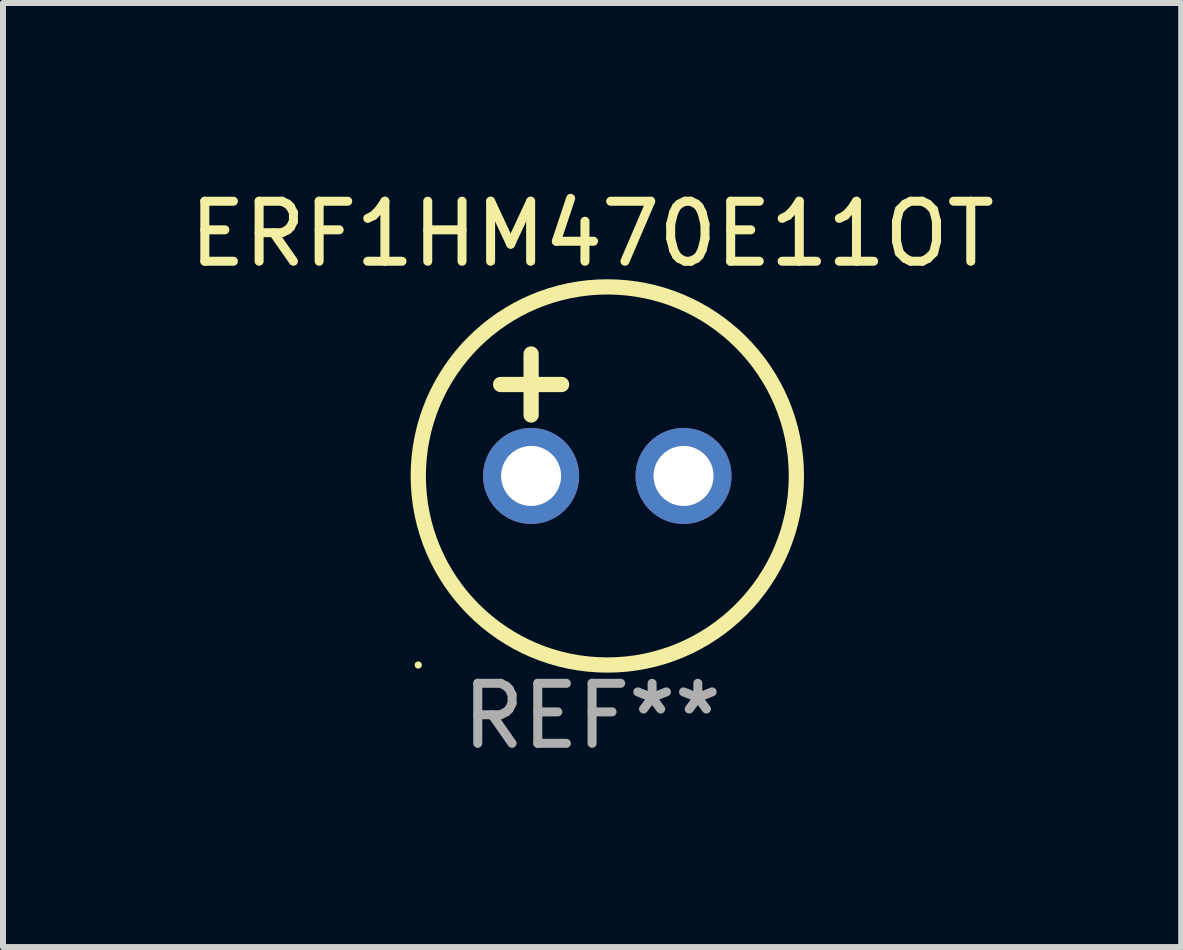
<source format=kicad_pcb>
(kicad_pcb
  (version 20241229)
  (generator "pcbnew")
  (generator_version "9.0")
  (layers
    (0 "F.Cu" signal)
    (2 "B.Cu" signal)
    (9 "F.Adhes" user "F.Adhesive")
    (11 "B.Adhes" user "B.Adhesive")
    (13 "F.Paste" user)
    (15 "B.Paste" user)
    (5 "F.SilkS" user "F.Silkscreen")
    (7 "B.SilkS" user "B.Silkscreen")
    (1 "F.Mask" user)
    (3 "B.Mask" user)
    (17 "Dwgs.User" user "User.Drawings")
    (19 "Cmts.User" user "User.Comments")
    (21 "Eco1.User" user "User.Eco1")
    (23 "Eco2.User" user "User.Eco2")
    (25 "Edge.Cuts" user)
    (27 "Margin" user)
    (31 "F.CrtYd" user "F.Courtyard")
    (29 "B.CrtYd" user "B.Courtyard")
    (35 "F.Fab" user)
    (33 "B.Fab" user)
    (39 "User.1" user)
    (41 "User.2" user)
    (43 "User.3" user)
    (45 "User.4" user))
  (footprint "ERF1HM470E11OT"
    (layer "F.Cu")
    (at 6.815 3.864)
    (property "Reference" "ERF1HM470E11OT" (at 0 -3.016 0) (layer "F.SilkS") (effects (font (size 1 1) (thickness 0.15))))
    (attr through_hole)
    (fp_line (start -1.524 -0.508) (end -0.508 -0.508) (stroke (width 0.254) (type solid)) (layer "F.SilkS"))
    (fp_line (start -1.016 -1.016) (end -1.016 0) (stroke (width 0.254) (type solid)) (layer "F.SilkS"))
    (fp_circle (center -2.896 4.166) (end -2.866 4.166) (stroke (width 0.06) (type solid)) (fill no) (layer "F.SilkS"))
    (fp_circle (center 0.254 1.016) (end 3.404 1.016) (stroke (width 0.254) (type solid)) (fill no) (layer "F.SilkS"))
    (fp_text user "REF**" (at 0 5.016 0) (layer "F.Fab") (effects (font (size 1 1) (thickness 0.15))))
    (pad "1" thru_hole circle (at -1.016 1.016) (size 1.6 1.6) (drill 1) (layers "*.Cu" "*.Mask"))
    (pad "2" thru_hole circle (at 1.524 1.016) (size 1.6 1.6) (drill 1) (layers "*.Cu" "*.Mask")))
  (gr_rect
    (start -3 -3)
    (end 16.631 12.729)
    (stroke (width 0.1) (type default))
    (fill no)
    (layer "Edge.Cuts")))
</source>
